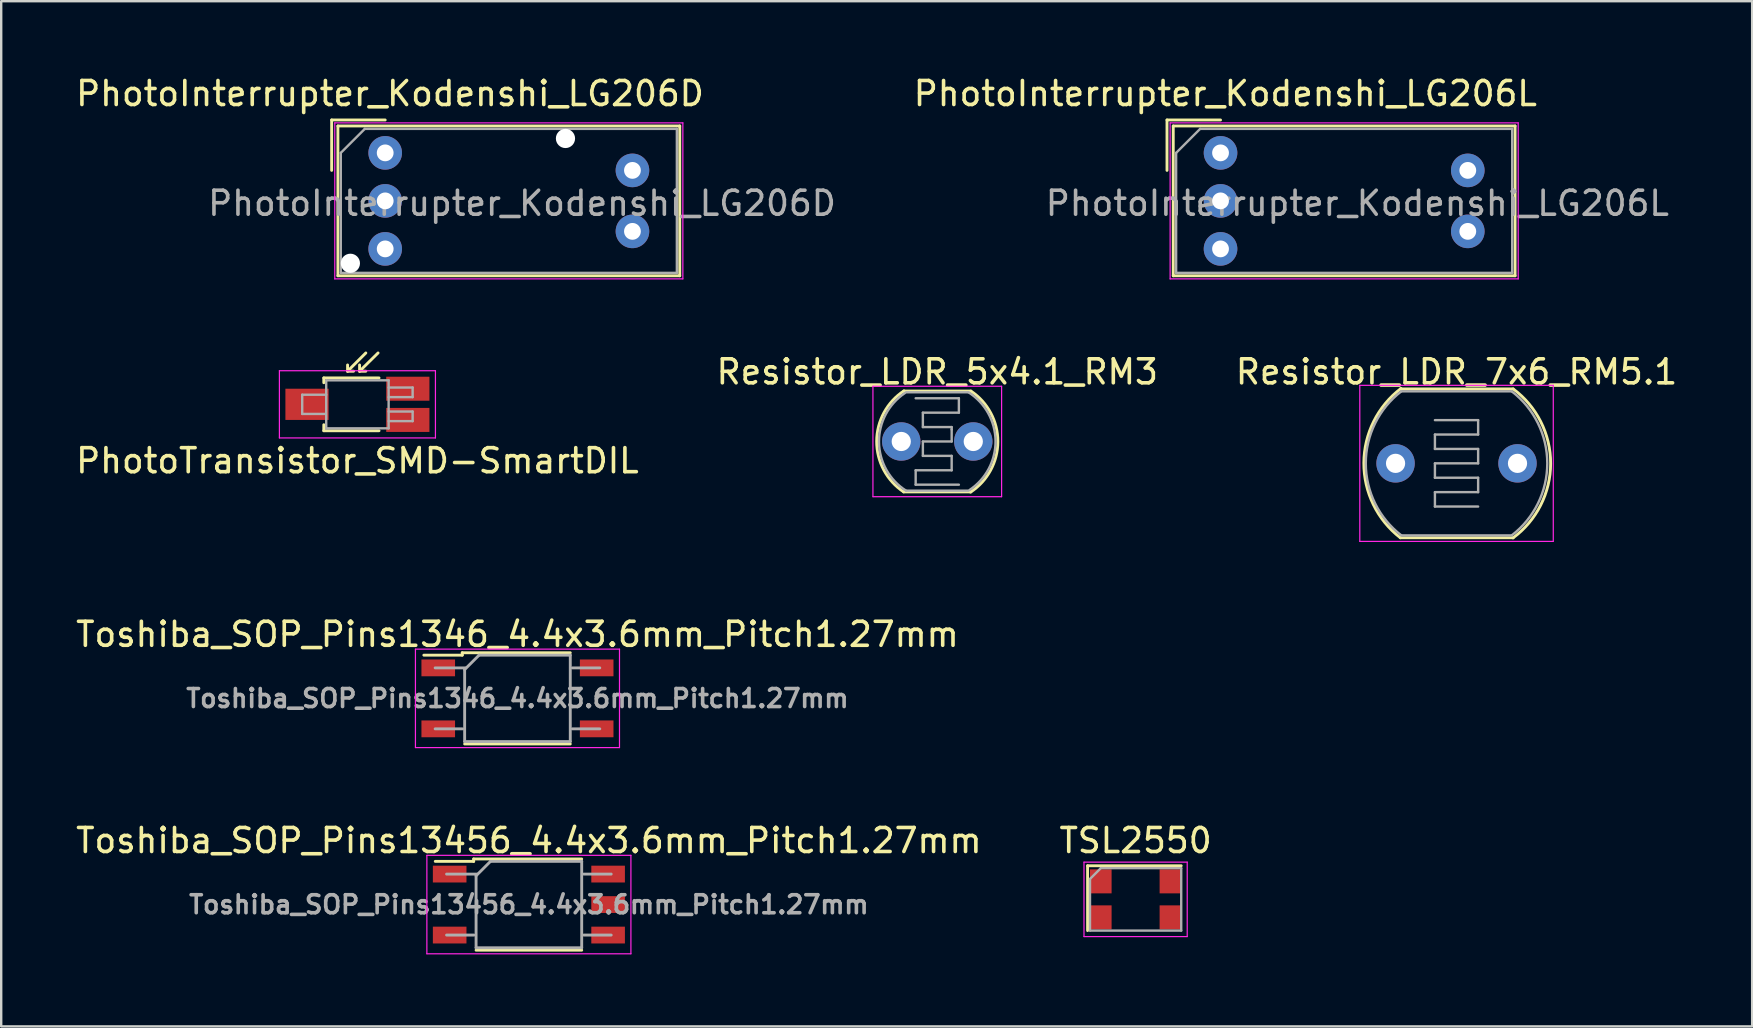
<source format=kicad_pcb>
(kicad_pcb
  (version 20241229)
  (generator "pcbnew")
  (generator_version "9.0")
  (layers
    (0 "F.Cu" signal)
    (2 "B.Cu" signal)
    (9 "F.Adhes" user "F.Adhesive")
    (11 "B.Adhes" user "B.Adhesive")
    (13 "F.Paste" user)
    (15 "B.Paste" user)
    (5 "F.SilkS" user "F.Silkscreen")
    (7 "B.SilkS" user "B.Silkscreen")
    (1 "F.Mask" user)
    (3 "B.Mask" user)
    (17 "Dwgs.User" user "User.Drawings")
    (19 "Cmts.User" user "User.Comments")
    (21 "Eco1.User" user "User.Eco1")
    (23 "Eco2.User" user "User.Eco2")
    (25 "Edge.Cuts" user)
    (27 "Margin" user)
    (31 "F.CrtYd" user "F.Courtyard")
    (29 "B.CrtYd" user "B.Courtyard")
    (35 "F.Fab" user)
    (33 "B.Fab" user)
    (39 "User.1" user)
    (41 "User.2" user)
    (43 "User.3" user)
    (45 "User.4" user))
  (footprint "Resistor_LDR_7x6_RM5.1"
    (layer "F.Cu")
    (at 55.085 16.252)
    (property "Reference" "Resistor_LDR_7x6_RM5.1" (at 2.54 -3.81 0) (layer "F.SilkS") (effects (font (size 1 1) (thickness 0.15))))
    (attr through_hole)
    (fp_line (start 0.2 -3.1) (end 4.9 -3.1) (stroke (width 0.12) (type solid)) (layer "F.SilkS"))
    (fp_line (start 0.2 3.1) (end 4.9 3.1) (stroke (width 0.12) (type solid)) (layer "F.SilkS"))
    (fp_arc (start 0.2 3.1) (mid -1.320423 -0.016888) (end 0.226796 -3.120561) (stroke (width 0.12) (type solid)) (layer "F.SilkS"))
    (fp_arc (start 4.9 -3.1) (mid 6.460049 0.00492) (end 4.89209 3.105853) (stroke (width 0.12) (type solid)) (layer "F.SilkS"))
    (fp_line (start -1.49 -3.25) (end -1.49 3.25) (stroke (width 0.05) (type solid)) (layer "F.CrtYd"))
    (fp_line (start -1.49 -3.25) (end 6.57 -3.25) (stroke (width 0.05) (type solid)) (layer "F.CrtYd"))
    (fp_line (start 6.57 3.25) (end -1.49 3.25) (stroke (width 0.05) (type solid)) (layer "F.CrtYd"))
    (fp_line (start 6.57 3.25) (end 6.57 -3.25) (stroke (width 0.05) (type solid)) (layer "F.CrtYd"))
    (fp_line (start 0.24 -3) (end 4.84 -3) (stroke (width 0.1) (type solid)) (layer "F.Fab"))
    (fp_line (start 1.64 -1.8) (end 3.44 -1.8) (stroke (width 0.1) (type solid)) (layer "F.Fab"))
    (fp_line (start 1.64 -1.2) (end 1.64 -0.6) (stroke (width 0.1) (type solid)) (layer "F.Fab"))
    (fp_line (start 1.64 -0.6) (end 3.44 -0.6) (stroke (width 0.1) (type solid)) (layer "F.Fab"))
    (fp_line (start 1.64 0) (end 1.64 0.6) (stroke (width 0.1) (type solid)) (layer "F.Fab"))
    (fp_line (start 1.64 0.6) (end 3.44 0.6) (stroke (width 0.1) (type solid)) (layer "F.Fab"))
    (fp_line (start 1.64 1.2) (end 1.64 1.8) (stroke (width 0.1) (type solid)) (layer "F.Fab"))
    (fp_line (start 1.64 1.8) (end 3.44 1.8) (stroke (width 0.1) (type solid)) (layer "F.Fab"))
    (fp_line (start 3.44 -1.8) (end 3.44 -1.2) (stroke (width 0.1) (type solid)) (layer "F.Fab"))
    (fp_line (start 3.44 -1.2) (end 1.64 -1.2) (stroke (width 0.1) (type solid)) (layer "F.Fab"))
    (fp_line (start 3.44 -0.6) (end 3.44 0) (stroke (width 0.1) (type solid)) (layer "F.Fab"))
    (fp_line (start 3.44 0) (end 1.64 0) (stroke (width 0.1) (type solid)) (layer "F.Fab"))
    (fp_line (start 3.44 0.6) (end 3.44 1.2) (stroke (width 0.1) (type solid)) (layer "F.Fab"))
    (fp_line (start 3.44 1.2) (end 1.64 1.2) (stroke (width 0.1) (type solid)) (layer "F.Fab"))
    (fp_line (start 4.84 3) (end 0.24 3) (stroke (width 0.1) (type solid)) (layer "F.Fab"))
    (fp_arc (start 0.24 3) (mid -1.240211 0.001572) (end 0.237506 -2.998087) (stroke (width 0.1) (type solid)) (layer "F.Fab"))
    (fp_arc (start 4.84 -3) (mid 6.320211 -0.001572) (end 4.842494 2.998087) (stroke (width 0.1) (type solid)) (layer "F.Fab"))
    (pad "1" thru_hole circle (at 0 0) (size 1.6 1.6) (drill 0.8) (layers "*.Cu" "*.Mask"))
    (pad "2" thru_hole circle (at 5.08 0) (size 1.6 1.6) (drill 0.8) (layers "*.Cu" "*.Mask")))
  (footprint "PhotoInterrupter_Kodenshi_LG206D"
    (layer "F.Cu")
    (at 12.996 3.318)
    (property "Reference" "PhotoInterrupter_Kodenshi_LG206D" (at 0.2 -2.47 0) (layer "F.SilkS") (effects (font (size 1 1) (thickness 0.15))))
    (attr through_hole)
    (fp_line (start -2.23 -1.37) (end 0 -1.37) (stroke (width 0.12) (type solid)) (layer "F.SilkS"))
    (fp_line (start -2.23 0.73) (end -2.23 -1.37) (stroke (width 0.12) (type solid)) (layer "F.SilkS"))
    (fp_line (start -1.97 -1.12) (end 12.27 -1.12) (stroke (width 0.12) (type solid)) (layer "F.SilkS"))
    (fp_line (start -1.97 5.12) (end -1.97 -1.12) (stroke (width 0.12) (type solid)) (layer "F.SilkS"))
    (fp_line (start 12.27 -1.12) (end 12.27 5.12) (stroke (width 0.12) (type solid)) (layer "F.SilkS"))
    (fp_line (start 12.27 5.12) (end -1.97 5.12) (stroke (width 0.12) (type solid)) (layer "F.SilkS"))
    (fp_line (start -2.1 -1.25) (end 12.4 -1.25) (stroke (width 0.05) (type solid)) (layer "F.CrtYd"))
    (fp_line (start -2.1 5.25) (end -2.1 -1.25) (stroke (width 0.05) (type solid)) (layer "F.CrtYd"))
    (fp_line (start 12.4 -1.25) (end 12.4 5.25) (stroke (width 0.05) (type solid)) (layer "F.CrtYd"))
    (fp_line (start 12.4 5.25) (end -2.1 5.25) (stroke (width 0.05) (type solid)) (layer "F.CrtYd"))
    (fp_line (start -1.85 0) (end -0.85 -1) (stroke (width 0.1) (type solid)) (layer "F.Fab"))
    (fp_line (start -1.85 5) (end -1.85 0) (stroke (width 0.1) (type solid)) (layer "F.Fab"))
    (fp_line (start -1.85 5) (end 12.15 5) (stroke (width 0.1) (type solid)) (layer "F.Fab"))
    (fp_line (start -0.85 -1) (end 12.15 -1) (stroke (width 0.1) (type solid)) (layer "F.Fab"))
    (fp_line (start 12.15 -1) (end 12.15 5) (stroke (width 0.1) (type solid)) (layer "F.Fab"))
    (fp_text user "${REFERENCE}" (at 5.7 2.1 0) (layer "F.Fab") (effects (font (size 1 1) (thickness 0.15))))
    (pad "" np_thru_hole circle (at -1.45 4.6) (size 0.8 0.8) (drill 0.8) (layers "*.Cu" "*.Mask"))
    (pad "" np_thru_hole circle (at 7.51 -0.6) (size 0.8 0.8) (drill 0.8) (layers "*.Cu" "*.Mask"))
    (pad "1" thru_hole circle (at 0 0) (size 1.4 1.4) (drill 0.7) (layers "*.Cu" "*.Mask"))
    (pad "2" thru_hole circle (at 0 2) (size 1.4 1.4) (drill 0.7) (layers "*.Cu" "*.Mask"))
    (pad "3" thru_hole circle (at 0 4) (size 1.4 1.4) (drill 0.7) (layers "*.Cu" "*.Mask"))
    (pad "4" thru_hole circle (at 10.3 3.27) (size 1.4 1.4) (drill 0.7) (layers "*.Cu" "*.Mask"))
    (pad "5" thru_hole circle (at 10.3 0.73) (size 1.4 1.4) (drill 0.7) (layers "*.Cu" "*.Mask")))
  (footprint "Resistor_LDR_5x4.1_RM3"
    (layer "F.Cu")
    (at 34.494 15.341)
    (property "Reference" "Resistor_LDR_5x4.1_RM3" (at 1.5 -2.9 0) (layer "F.SilkS") (effects (font (size 1 1) (thickness 0.15))))
    (attr through_hole)
    (fp_line (start 0.1 -2.1) (end 2.9 -2.1) (stroke (width 0.12) (type solid)) (layer "F.SilkS"))
    (fp_line (start 0.1 2.1) (end 2.9 2.1) (stroke (width 0.12) (type solid)) (layer "F.SilkS"))
    (fp_arc (start 0.1 2.1) (mid -1.023872 -0.008372) (end 0.113963 -2.109242) (stroke (width 0.12) (type solid)) (layer "F.SilkS"))
    (fp_arc (start 2.9 -2.1) (mid 4.023872 0.008372) (end 2.886037 2.109242) (stroke (width 0.12) (type solid)) (layer "F.SilkS"))
    (fp_line (start -1.18 -2.3) (end -1.18 2.3) (stroke (width 0.05) (type solid)) (layer "F.CrtYd"))
    (fp_line (start -1.18 -2.3) (end 4.18 -2.3) (stroke (width 0.05) (type solid)) (layer "F.CrtYd"))
    (fp_line (start 4.18 2.3) (end -1.18 2.3) (stroke (width 0.05) (type solid)) (layer "F.CrtYd"))
    (fp_line (start 4.18 2.3) (end 4.18 -2.3) (stroke (width 0.05) (type solid)) (layer "F.CrtYd"))
    (fp_line (start 0.2 -2.05) (end 2.8 -2.05) (stroke (width 0.1) (type solid)) (layer "F.Fab"))
    (fp_line (start 0.6 -1.8) (end 2.4 -1.8) (stroke (width 0.1) (type solid)) (layer "F.Fab"))
    (fp_line (start 0.6 1.2) (end 0.6 1.8) (stroke (width 0.1) (type solid)) (layer "F.Fab"))
    (fp_line (start 0.6 1.2) (end 2.1 1.2) (stroke (width 0.1) (type solid)) (layer "F.Fab"))
    (fp_line (start 0.6 1.8) (end 2.4 1.8) (stroke (width 0.1) (type solid)) (layer "F.Fab"))
    (fp_line (start 0.9 -1.2) (end 2.4 -1.2) (stroke (width 0.1) (type solid)) (layer "F.Fab"))
    (fp_line (start 0.9 -0.6) (end 0.9 -1.2) (stroke (width 0.1) (type solid)) (layer "F.Fab"))
    (fp_line (start 0.9 0) (end 2.1 0) (stroke (width 0.1) (type solid)) (layer "F.Fab"))
    (fp_line (start 0.9 0.6) (end 0.9 0) (stroke (width 0.1) (type solid)) (layer "F.Fab"))
    (fp_line (start 2.1 -0.6) (end 0.9 -0.6) (stroke (width 0.1) (type solid)) (layer "F.Fab"))
    (fp_line (start 2.1 -0.5) (end 2.1 -0.6) (stroke (width 0.1) (type solid)) (layer "F.Fab"))
    (fp_line (start 2.1 0) (end 2.1 -0.5) (stroke (width 0.1) (type solid)) (layer "F.Fab"))
    (fp_line (start 2.1 0.6) (end 0.9 0.6) (stroke (width 0.1) (type solid)) (layer "F.Fab"))
    (fp_line (start 2.1 1.2) (end 2.1 0.6) (stroke (width 0.1) (type solid)) (layer "F.Fab"))
    (fp_line (start 2.4 -1.8) (end 2.4 -1.2) (stroke (width 0.1) (type solid)) (layer "F.Fab"))
    (fp_line (start 2.8 2.05) (end 0.2 2.05) (stroke (width 0.1) (type solid)) (layer "F.Fab"))
    (fp_arc (start 0.2 2.05) (mid -0.927305 0.026239) (end 0.155989 -2.021419) (stroke (width 0.1) (type solid)) (layer "F.Fab"))
    (fp_arc (start 2.8 -2.05) (mid 3.927305 -0.026239) (end 2.844011 2.021419) (stroke (width 0.1) (type solid)) (layer "F.Fab"))
    (pad "1" thru_hole circle (at 0 0) (size 1.6 1.6) (drill 0.8) (layers "*.Cu" "*.Mask"))
    (pad "2" thru_hole circle (at 3 0) (size 1.6 1.6) (drill 0.8) (layers "*.Cu" "*.Mask")))
  (footprint "TSL2550"
    (layer "F.Cu")
    (at 44.256 34.415)
    (property "Reference" "TSL2550" (at 0 -2.45 0) (layer "F.SilkS") (effects (font (size 1 1) (thickness 0.15))))
    (attr smd)
    (fp_line (start -2 -1.4) (end -2 1.3) (stroke (width 0.12) (type solid)) (layer "F.SilkS"))
    (fp_line (start -2 -1.4) (end 1.9 -1.4) (stroke (width 0.12) (type solid)) (layer "F.SilkS"))
    (fp_line (start -2.15 -1.55) (end -2.15 1.55) (stroke (width 0.05) (type solid)) (layer "F.CrtYd"))
    (fp_line (start -2.15 -1.55) (end 2.15 -1.55) (stroke (width 0.05) (type solid)) (layer "F.CrtYd"))
    (fp_line (start 2.15 1.55) (end -2.15 1.55) (stroke (width 0.05) (type solid)) (layer "F.CrtYd"))
    (fp_line (start 2.15 1.55) (end 2.15 -1.55) (stroke (width 0.05) (type solid)) (layer "F.CrtYd"))
    (fp_line (start -1.9 -0.85) (end -1.9 1.3) (stroke (width 0.1) (type solid)) (layer "F.Fab"))
    (fp_line (start -1.9 1.3) (end 1.9 1.3) (stroke (width 0.1) (type solid)) (layer "F.Fab"))
    (fp_line (start -1.45 -1.3) (end -1.9 -0.85) (stroke (width 0.1) (type solid)) (layer "F.Fab"))
    (fp_line (start 1.9 -1.3) (end -1.45 -1.3) (stroke (width 0.1) (type solid)) (layer "F.Fab"))
    (fp_line (start 1.9 1.3) (end 1.9 -1.3) (stroke (width 0.1) (type solid)) (layer "F.Fab"))
    (pad "1" smd rect (at -1.45 -0.75) (size 0.9 1) (layers "F.Cu" "F.Mask" "F.Paste"))
    (pad "2" smd rect (at -1.45 0.75) (size 0.9 1) (layers "F.Cu" "F.Mask" "F.Paste"))
    (pad "3" smd rect (at 1.45 0.75) (size 0.9 1) (layers "F.Cu" "F.Mask" "F.Paste"))
    (pad "4" smd rect (at 1.45 -0.75) (size 0.9 1) (layers "F.Cu" "F.Mask" "F.Paste")))
  (footprint "PhotoTransistor_SMD-SmartDIL"
    (layer "F.Cu")
    (at 11.839 13.793)
    (property "Reference" "PhotoTransistor_SMD-SmartDIL" (at 0 2.35 0) (layer "F.SilkS") (effects (font (size 1 1) (thickness 0.15))))
    (attr smd)
    (fp_line (start -1.4 -1.1) (end -1.4 -0.9) (stroke (width 0.12) (type solid)) (layer "F.SilkS"))
    (fp_line (start -1.4 -1.1) (end 0.9 -1.1) (stroke (width 0.12) (type solid)) (layer "F.SilkS"))
    (fp_line (start -1.4 1.1) (end -1.4 0.85) (stroke (width 0.12) (type solid)) (layer "F.SilkS"))
    (fp_line (start -0.41 -1.38) (end -0.41 -1.64) (stroke (width 0.12) (type solid)) (layer "F.SilkS"))
    (fp_line (start -0.41 -1.38) (end -0.16 -1.38) (stroke (width 0.12) (type solid)) (layer "F.SilkS"))
    (fp_line (start 0.09 -1.38) (end 0.09 -1.64) (stroke (width 0.12) (type solid)) (layer "F.SilkS"))
    (fp_line (start 0.09 -1.38) (end 0.35 -1.38) (stroke (width 0.12) (type solid)) (layer "F.SilkS"))
    (fp_line (start 0.35 -2.14) (end -0.41 -1.38) (stroke (width 0.12) (type solid)) (layer "F.SilkS"))
    (fp_line (start 0.86 -2.14) (end 0.09 -1.38) (stroke (width 0.12) (type solid)) (layer "F.SilkS"))
    (fp_line (start 0.9 1.1) (end -1.4 1.1) (stroke (width 0.12) (type solid)) (layer "F.SilkS"))
    (fp_line (start -3.25 -1.4) (end -3.25 1.4) (stroke (width 0.05) (type solid)) (layer "F.CrtYd"))
    (fp_line (start -3.25 -1.4) (end 3.25 -1.4) (stroke (width 0.05) (type solid)) (layer "F.CrtYd"))
    (fp_line (start 3.25 1.4) (end -3.25 1.4) (stroke (width 0.05) (type solid)) (layer "F.CrtYd"))
    (fp_line (start 3.25 1.4) (end 3.25 -1.4) (stroke (width 0.05) (type solid)) (layer "F.CrtYd"))
    (fp_line (start -2.3 -0.4) (end -2.3 0.4) (stroke (width 0.1) (type solid)) (layer "F.Fab"))
    (fp_line (start -2.3 0.4) (end -1.35 0.4) (stroke (width 0.1) (type solid)) (layer "F.Fab"))
    (fp_line (start -1.3 -1) (end -1.3 1) (stroke (width 0.1) (type solid)) (layer "F.Fab"))
    (fp_line (start -1.3 -0.4) (end -2.3 -0.4) (stroke (width 0.1) (type solid)) (layer "F.Fab"))
    (fp_line (start -1.3 1) (end 1.3 1) (stroke (width 0.1) (type solid)) (layer "F.Fab"))
    (fp_line (start 1.3 -1) (end -1.3 -1) (stroke (width 0.1) (type solid)) (layer "F.Fab"))
    (fp_line (start 1.3 -0.7) (end 2.3 -0.7) (stroke (width 0.1) (type solid)) (layer "F.Fab"))
    (fp_line (start 1.3 0.3) (end 2.3 0.3) (stroke (width 0.1) (type solid)) (layer "F.Fab"))
    (fp_line (start 1.3 1) (end 1.3 -1) (stroke (width 0.1) (type solid)) (layer "F.Fab"))
    (fp_line (start 2.3 -0.7) (end 2.3 -0.3) (stroke (width 0.1) (type solid)) (layer "F.Fab"))
    (fp_line (start 2.3 -0.3) (end 1.3 -0.3) (stroke (width 0.1) (type solid)) (layer "F.Fab"))
    (fp_line (start 2.3 0.3) (end 2.3 0.7) (stroke (width 0.1) (type solid)) (layer "F.Fab"))
    (fp_line (start 2.3 0.7) (end 1.3 0.7) (stroke (width 0.1) (type solid)) (layer "F.Fab"))
    (pad "1" smd rect (at -2.1 0 180) (size 1.8 1.3) (layers "F.Cu" "F.Mask" "F.Paste"))
    (pad "2" smd rect (at 2.1 -0.65 180) (size 1.8 1) (layers "F.Cu" "F.Mask" "F.Paste"))
    (pad "3" smd rect (at 2.1 0.65 180) (size 1.8 1) (layers "F.Cu" "F.Mask" "F.Paste")))
  (footprint "PhotoInterrupter_Kodenshi_LG206L"
    (layer "F.Cu")
    (at 47.794 3.318)
    (property "Reference" "PhotoInterrupter_Kodenshi_LG206L" (at 0.2 -2.47 0) (layer "F.SilkS") (effects (font (size 1 1) (thickness 0.15))))
    (attr through_hole)
    (fp_line (start -2.23 -1.37) (end 0 -1.37) (stroke (width 0.12) (type solid)) (layer "F.SilkS"))
    (fp_line (start -2.23 0.73) (end -2.23 -1.37) (stroke (width 0.12) (type solid)) (layer "F.SilkS"))
    (fp_line (start -1.97 -1.12) (end 12.27 -1.12) (stroke (width 0.12) (type solid)) (layer "F.SilkS"))
    (fp_line (start -1.97 5.12) (end -1.97 -1.12) (stroke (width 0.12) (type solid)) (layer "F.SilkS"))
    (fp_line (start 12.27 -1.12) (end 12.27 5.12) (stroke (width 0.12) (type solid)) (layer "F.SilkS"))
    (fp_line (start 12.27 5.12) (end -1.97 5.12) (stroke (width 0.12) (type solid)) (layer "F.SilkS"))
    (fp_line (start -2.1 -1.25) (end 12.4 -1.25) (stroke (width 0.05) (type solid)) (layer "F.CrtYd"))
    (fp_line (start -2.1 5.25) (end -2.1 -1.25) (stroke (width 0.05) (type solid)) (layer "F.CrtYd"))
    (fp_line (start 12.4 -1.25) (end 12.4 5.25) (stroke (width 0.05) (type solid)) (layer "F.CrtYd"))
    (fp_line (start 12.4 5.25) (end -2.1 5.25) (stroke (width 0.05) (type solid)) (layer "F.CrtYd"))
    (fp_line (start -1.85 0) (end -0.85 -1) (stroke (width 0.1) (type solid)) (layer "F.Fab"))
    (fp_line (start -1.85 5) (end -1.85 0) (stroke (width 0.1) (type solid)) (layer "F.Fab"))
    (fp_line (start -1.85 5) (end 12.15 5) (stroke (width 0.1) (type solid)) (layer "F.Fab"))
    (fp_line (start -0.85 -1) (end 12.15 -1) (stroke (width 0.1) (type solid)) (layer "F.Fab"))
    (fp_line (start 12.15 -1) (end 12.15 5) (stroke (width 0.1) (type solid)) (layer "F.Fab"))
    (fp_text user "${REFERENCE}" (at 5.7 2.1 0) (layer "F.Fab") (effects (font (size 1 1) (thickness 0.15))))
    (pad "1" thru_hole circle (at 0 0) (size 1.4 1.4) (drill 0.7) (layers "*.Cu" "*.Mask"))
    (pad "2" thru_hole circle (at 0 2) (size 1.4 1.4) (drill 0.7) (layers "*.Cu" "*.Mask"))
    (pad "3" thru_hole circle (at 0 4) (size 1.4 1.4) (drill 0.7) (layers "*.Cu" "*.Mask"))
    (pad "4" thru_hole circle (at 10.3 3.27) (size 1.4 1.4) (drill 0.7) (layers "*.Cu" "*.Mask"))
    (pad "5" thru_hole circle (at 10.3 0.73) (size 1.4 1.4) (drill 0.7) (layers "*.Cu" "*.Mask")))
  (footprint "Toshiba_SOP_Pins13456_4.4x3.6mm_Pitch1.27mm"
    (layer "F.Cu")
    (at 18.982 34.632)
    (property "Reference" "Toshiba_SOP_Pins13456_4.4x3.6mm_Pitch1.27mm" (at 0 -2.667 0) (layer "F.SilkS") (effects (font (size 1 1) (thickness 0.15))))
    (attr smd)
    (fp_line (start -2.3 -1.9) (end 2.2 -1.9) (stroke (width 0.12) (type solid)) (layer "F.SilkS"))
    (fp_line (start -2.3 -1.8) (end -3.9 -1.8) (stroke (width 0.12) (type solid)) (layer "F.SilkS"))
    (fp_line (start -2.3 -1.8) (end -2.3 -1.9) (stroke (width 0.12) (type solid)) (layer "F.SilkS"))
    (fp_line (start 2.2 1.9) (end -2.2 1.9) (stroke (width 0.12) (type solid)) (layer "F.SilkS"))
    (fp_line (start -4.25 -2.05) (end -4.25 2.05) (stroke (width 0.05) (type solid)) (layer "F.CrtYd"))
    (fp_line (start -4.25 -2.05) (end 4.25 -2.05) (stroke (width 0.05) (type solid)) (layer "F.CrtYd"))
    (fp_line (start 4.25 2.05) (end -4.25 2.05) (stroke (width 0.05) (type solid)) (layer "F.CrtYd"))
    (fp_line (start 4.25 2.05) (end 4.25 -2.05) (stroke (width 0.05) (type solid)) (layer "F.CrtYd"))
    (fp_line (start -3.429 -1.27) (end -2.159 -1.27) (stroke (width 0.12) (type solid)) (layer "F.Fab"))
    (fp_line (start -2.286 1.27) (end -3.429 1.27) (stroke (width 0.12) (type solid)) (layer "F.Fab"))
    (fp_line (start -2.2 -1.2) (end -2.2 1.8) (stroke (width 0.12) (type solid)) (layer "F.Fab"))
    (fp_line (start -2.2 1.8) (end 2.2 1.8) (stroke (width 0.12) (type solid)) (layer "F.Fab"))
    (fp_line (start -1.6 -1.8) (end -2.2 -1.2) (stroke (width 0.12) (type solid)) (layer "F.Fab"))
    (fp_line (start 2.2 -1.8) (end -1.6 -1.8) (stroke (width 0.12) (type solid)) (layer "F.Fab"))
    (fp_line (start 2.2 1.8) (end 2.2 -1.8) (stroke (width 0.12) (type solid)) (layer "F.Fab"))
    (fp_line (start 2.286 -1.27) (end 3.429 -1.27) (stroke (width 0.12) (type solid)) (layer "F.Fab"))
    (fp_line (start 2.286 1.27) (end 3.429 1.27) (stroke (width 0.12) (type solid)) (layer "F.Fab"))
    (fp_text user "${REFERENCE}" (at 0 0 0) (layer "F.Fab") (effects (font (size 0.75 0.75) (thickness 0.15))))
    (pad "1" smd rect (at -3.3 -1.27) (size 1.4 0.7) (layers "F.Cu" "F.Mask" "F.Paste"))
    (pad "3" smd rect (at -3.3 1.27) (size 1.4 0.7) (layers "F.Cu" "F.Mask" "F.Paste"))
    (pad "4" smd rect (at 3.3 1.27) (size 1.4 0.7) (layers "F.Cu" "F.Mask" "F.Paste"))
    (pad "5" smd rect (at 3.3 0) (size 1.4 0.7) (layers "F.Cu" "F.Mask" "F.Paste"))
    (pad "6" smd rect (at 3.3 -1.27) (size 1.4 0.7) (layers "F.Cu" "F.Mask" "F.Paste")))
  (footprint "Toshiba_SOP_Pins1346_4.4x3.6mm_Pitch1.27mm"
    (layer "F.Cu")
    (at 18.506 26.042)
    (property "Reference" "Toshiba_SOP_Pins1346_4.4x3.6mm_Pitch1.27mm" (at 0 -2.667 0) (layer "F.SilkS") (effects (font (size 1 1) (thickness 0.15))))
    (attr smd)
    (fp_line (start -2.3 -1.9) (end 2.2 -1.9) (stroke (width 0.12) (type solid)) (layer "F.SilkS"))
    (fp_line (start -2.3 -1.8) (end -3.9 -1.8) (stroke (width 0.12) (type solid)) (layer "F.SilkS"))
    (fp_line (start -2.3 -1.8) (end -2.3 -1.9) (stroke (width 0.12) (type solid)) (layer "F.SilkS"))
    (fp_line (start 2.2 1.9) (end -2.2 1.9) (stroke (width 0.12) (type solid)) (layer "F.SilkS"))
    (fp_line (start -4.25 -2.05) (end -4.25 2.05) (stroke (width 0.05) (type solid)) (layer "F.CrtYd"))
    (fp_line (start -4.25 -2.05) (end 4.25 -2.05) (stroke (width 0.05) (type solid)) (layer "F.CrtYd"))
    (fp_line (start 4.25 2.05) (end -4.25 2.05) (stroke (width 0.05) (type solid)) (layer "F.CrtYd"))
    (fp_line (start 4.25 2.05) (end 4.25 -2.05) (stroke (width 0.05) (type solid)) (layer "F.CrtYd"))
    (fp_line (start -3.429 -1.27) (end -2.159 -1.27) (stroke (width 0.12) (type solid)) (layer "F.Fab"))
    (fp_line (start -2.286 1.27) (end -3.429 1.27) (stroke (width 0.12) (type solid)) (layer "F.Fab"))
    (fp_line (start -2.2 -1.2) (end -2.2 1.8) (stroke (width 0.12) (type solid)) (layer "F.Fab"))
    (fp_line (start -2.2 1.8) (end 2.2 1.8) (stroke (width 0.12) (type solid)) (layer "F.Fab"))
    (fp_line (start -1.6 -1.8) (end -2.2 -1.2) (stroke (width 0.12) (type solid)) (layer "F.Fab"))
    (fp_line (start 2.2 -1.8) (end -1.6 -1.8) (stroke (width 0.12) (type solid)) (layer "F.Fab"))
    (fp_line (start 2.2 1.8) (end 2.2 -1.8) (stroke (width 0.12) (type solid)) (layer "F.Fab"))
    (fp_line (start 2.286 -1.27) (end 3.429 -1.27) (stroke (width 0.12) (type solid)) (layer "F.Fab"))
    (fp_line (start 2.286 1.27) (end 3.429 1.27) (stroke (width 0.12) (type solid)) (layer "F.Fab"))
    (fp_text user "${REFERENCE}" (at 0 0 0) (layer "F.Fab") (effects (font (size 0.75 0.75) (thickness 0.15))))
    (pad "1" smd rect (at -3.3 -1.27) (size 1.4 0.7) (layers "F.Cu" "F.Mask" "F.Paste"))
    (pad "3" smd rect (at -3.3 1.27) (size 1.4 0.7) (layers "F.Cu" "F.Mask" "F.Paste"))
    (pad "4" smd rect (at 3.3 1.27) (size 1.4 0.7) (layers "F.Cu" "F.Mask" "F.Paste"))
    (pad "6" smd rect (at 3.3 -1.27) (size 1.4 0.7) (layers "F.Cu" "F.Mask" "F.Paste")))
  (gr_rect
    (start -3 -3)
    (end 69.94 39.707)
    (stroke (width 0.1) (type default))
    (fill no)
    (layer "Edge.Cuts")))
</source>
